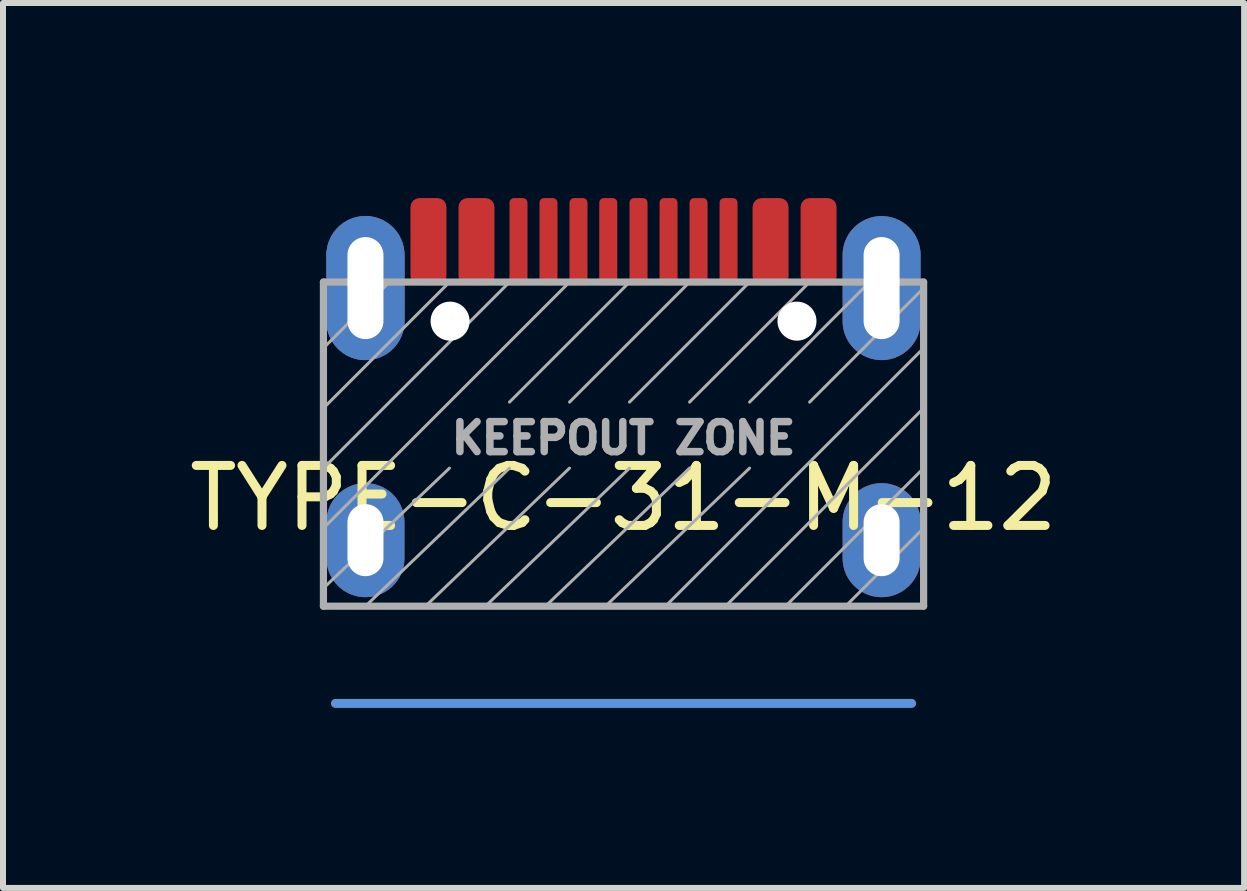
<source format=kicad_pcb>
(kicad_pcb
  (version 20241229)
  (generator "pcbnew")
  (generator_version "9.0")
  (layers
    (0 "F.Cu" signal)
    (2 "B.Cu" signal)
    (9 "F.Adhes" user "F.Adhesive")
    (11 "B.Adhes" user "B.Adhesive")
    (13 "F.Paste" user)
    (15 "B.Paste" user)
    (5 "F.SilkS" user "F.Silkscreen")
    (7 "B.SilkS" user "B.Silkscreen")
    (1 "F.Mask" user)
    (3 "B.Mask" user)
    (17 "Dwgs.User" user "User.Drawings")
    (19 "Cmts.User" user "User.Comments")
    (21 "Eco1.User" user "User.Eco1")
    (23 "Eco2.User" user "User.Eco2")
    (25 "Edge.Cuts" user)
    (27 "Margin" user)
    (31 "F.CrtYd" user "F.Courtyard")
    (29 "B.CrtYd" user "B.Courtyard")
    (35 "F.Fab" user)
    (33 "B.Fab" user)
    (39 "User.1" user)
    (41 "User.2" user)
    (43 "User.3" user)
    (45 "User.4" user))
  (footprint "TYPE-C-31-M-12"
    (layer "F.Cu")
    (at 7.339 0.25)
    (property "Reference" "TYPE-C-31-M-12" (at 0 5 180) (layer "F.SilkS") (effects (font (size 1 1) (thickness 0.15))))
    (attr through_hole)
    (fp_line (start 4.8 8.42) (end -4.8 8.42) (stroke (width 0.15) (type solid)) (layer "Cmts.User"))
    (fp_line (start -5 1.4) (end -5 6.8) (stroke (width 0.12) (type solid)) (layer "F.Fab"))
    (fp_line (start -5 2.5) (end -3.9 1.4) (stroke (width 0.05) (type solid)) (layer "F.Fab"))
    (fp_line (start -5 3.5) (end -2.9 1.4) (stroke (width 0.05) (type solid)) (layer "F.Fab"))
    (fp_line (start -5 4.5) (end -1.9 1.4) (stroke (width 0.05) (type solid)) (layer "F.Fab"))
    (fp_line (start -5 5.5) (end -0.9 1.4) (stroke (width 0.05) (type solid)) (layer "F.Fab"))
    (fp_line (start -5 6.5) (end -2.9 4.5) (stroke (width 0.05) (type solid)) (layer "F.Fab"))
    (fp_line (start -5 6.8) (end 5 6.8) (stroke (width 0.12) (type solid)) (layer "F.Fab"))
    (fp_line (start -4.3 6.8) (end -1.9 4.5) (stroke (width 0.05) (type solid)) (layer "F.Fab"))
    (fp_line (start -3.3 6.8) (end -0.9 4.5) (stroke (width 0.05) (type solid)) (layer "F.Fab"))
    (fp_line (start -2.3 6.8) (end 0.1 4.5) (stroke (width 0.05) (type solid)) (layer "F.Fab"))
    (fp_line (start -1.9 3.4) (end 0.1 1.4) (stroke (width 0.05) (type solid)) (layer "F.Fab"))
    (fp_line (start -1.3 6.8) (end 1.1 4.5) (stroke (width 0.05) (type solid)) (layer "F.Fab"))
    (fp_line (start -0.9 3.4) (end 1.1 1.4) (stroke (width 0.05) (type solid)) (layer "F.Fab"))
    (fp_line (start -0.3 6.8) (end 2.1 4.5) (stroke (width 0.05) (type solid)) (layer "F.Fab"))
    (fp_line (start 0.1 3.4) (end 2.1 1.4) (stroke (width 0.05) (type solid)) (layer "F.Fab"))
    (fp_line (start 0.7 6.8) (end 5 2.5) (stroke (width 0.05) (type solid)) (layer "F.Fab"))
    (fp_line (start 1.1 3.4) (end 3.1 1.4) (stroke (width 0.05) (type solid)) (layer "F.Fab"))
    (fp_line (start 1.7 6.8) (end 5 3.5) (stroke (width 0.05) (type solid)) (layer "F.Fab"))
    (fp_line (start 2.1 3.4) (end 4.1 1.4) (stroke (width 0.05) (type solid)) (layer "F.Fab"))
    (fp_line (start 2.7 6.8) (end 5 4.5) (stroke (width 0.05) (type solid)) (layer "F.Fab"))
    (fp_line (start 3.1 3.4) (end 5 1.5) (stroke (width 0.05) (type solid)) (layer "F.Fab"))
    (fp_line (start 3.7 6.8) (end 5 5.5) (stroke (width 0.05) (type solid)) (layer "F.Fab"))
    (fp_line (start 5 1.4) (end -5 1.4) (stroke (width 0.12) (type solid)) (layer "F.Fab"))
    (fp_line (start 5 6.8) (end 5 1.4) (stroke (width 0.12) (type solid)) (layer "F.Fab"))
    (fp_text user "KEEPOUT ZONE" (at 0 4 180) (layer "F.Fab") (effects (font (size 0.5 0.5) (thickness 0.125))))
    (pad "" np_thru_hole circle (at -2.89 2.051) (size 0.65 0.65) (drill 0.65) (layers "*.Cu" "*.Mask"))
    (pad "" np_thru_hole circle (at 2.89 2.051) (size 0.65 0.65) (drill 0.65) (layers "*.Cu" "*.Mask"))
    (pad "A1" smd roundrect (at -3.25 1.275) (size 0.6 1.45) (drill (offset 0 -0.55)) (layers "F.Cu" "F.Mask" "F.Paste") (roundrect_rratio 0.25))
    (pad "A4" smd roundrect (at -2.45 1.275) (size 0.6 1.45) (drill (offset 0 -0.55)) (layers "F.Cu" "F.Mask" "F.Paste") (roundrect_rratio 0.25))
    (pad "A5" smd roundrect (at -1.25 1.275) (size 0.3 1.45) (drill (offset 0 -0.55)) (layers "F.Cu" "F.Mask" "F.Paste") (roundrect_rratio 0.25))
    (pad "A6" smd roundrect (at -0.254 1.275) (size 0.3 1.45) (drill (offset 0 -0.55)) (layers "F.Cu" "F.Mask" "F.Paste") (roundrect_rratio 0.25))
    (pad "A7" smd roundrect (at 0.25 1.275) (size 0.3 1.45) (drill (offset 0 -0.55)) (layers "F.Cu" "F.Mask" "F.Paste") (roundrect_rratio 0.25))
    (pad "A8" smd roundrect (at 1.25 1.275) (size 0.3 1.45) (drill (offset 0 -0.55)) (layers "F.Cu" "F.Mask" "F.Paste") (roundrect_rratio 0.25))
    (pad "B1" smd roundrect (at 3.25 1.275) (size 0.6 1.45) (drill (offset 0 -0.55)) (layers "F.Cu" "F.Mask" "F.Paste") (roundrect_rratio 0.25))
    (pad "B4" smd roundrect (at 2.45 1.275) (size 0.6 1.45) (drill (offset 0 -0.55)) (layers "F.Cu" "F.Mask" "F.Paste") (roundrect_rratio 0.25))
    (pad "B5" smd roundrect (at 1.75 1.275) (size 0.3 1.45) (drill (offset 0 -0.55)) (layers "F.Cu" "F.Mask" "F.Paste") (roundrect_rratio 0.25))
    (pad "B6" smd roundrect (at 0.75 1.275) (size 0.3 1.45) (drill (offset 0 -0.55)) (layers "F.Cu" "F.Mask" "F.Paste") (roundrect_rratio 0.25))
    (pad "B7" smd roundrect (at -0.75 1.275) (size 0.3 1.45) (drill (offset 0 -0.55)) (layers "F.Cu" "F.Mask" "F.Paste") (roundrect_rratio 0.25))
    (pad "B8" smd roundrect (at -1.75 1.275) (size 0.3 1.45) (drill (offset 0 -0.55)) (layers "F.Cu" "F.Mask" "F.Paste") (roundrect_rratio 0.25))
    (pad "S" thru_hole oval (at -4.3 1.5) (size 1.3 2.4) (drill oval 0.6 1.7) (layers "*.Cu" "F.Mask"))
    (pad "S" smd oval (at -4.3 1.5) (size 1.3 2.4) (layers "B.Cu" "B.Mask"))
    (pad "S" thru_hole oval (at -4.3 5.7) (size 1.3 1.9) (drill oval 0.6 1.2) (layers "*.Cu" "*.Mask"))
    (pad "S" thru_hole oval (at 4.3 1.5) (size 1.3 2.4) (drill oval 0.6 1.7) (layers "*.Cu" "*.Mask"))
    (pad "S" thru_hole oval (at 4.3 5.7) (size 1.3 1.9) (drill oval 0.6 1.2) (layers "*.Cu" "*.Mask")))
  (gr_rect
    (start -3 -3)
    (end 17.679 11.745)
    (stroke (width 0.1) (type default))
    (fill no)
    (layer "Edge.Cuts")))
</source>
